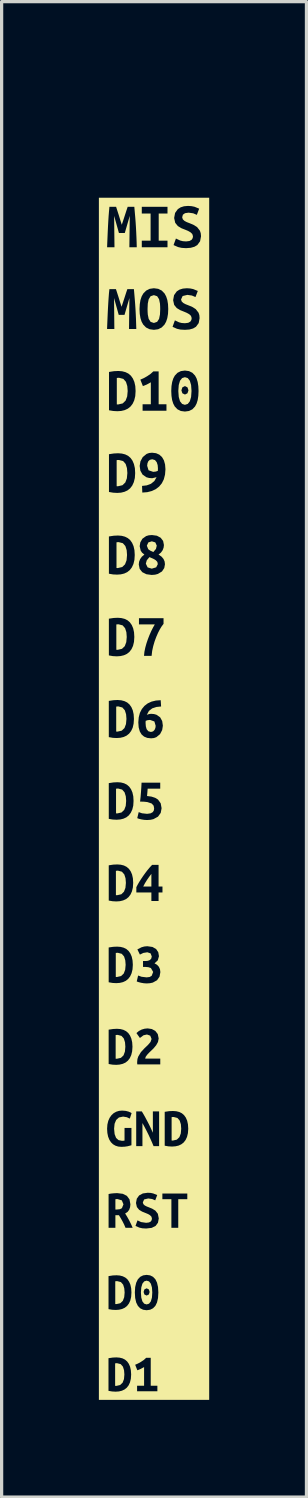
<source format=kicad_pcb>
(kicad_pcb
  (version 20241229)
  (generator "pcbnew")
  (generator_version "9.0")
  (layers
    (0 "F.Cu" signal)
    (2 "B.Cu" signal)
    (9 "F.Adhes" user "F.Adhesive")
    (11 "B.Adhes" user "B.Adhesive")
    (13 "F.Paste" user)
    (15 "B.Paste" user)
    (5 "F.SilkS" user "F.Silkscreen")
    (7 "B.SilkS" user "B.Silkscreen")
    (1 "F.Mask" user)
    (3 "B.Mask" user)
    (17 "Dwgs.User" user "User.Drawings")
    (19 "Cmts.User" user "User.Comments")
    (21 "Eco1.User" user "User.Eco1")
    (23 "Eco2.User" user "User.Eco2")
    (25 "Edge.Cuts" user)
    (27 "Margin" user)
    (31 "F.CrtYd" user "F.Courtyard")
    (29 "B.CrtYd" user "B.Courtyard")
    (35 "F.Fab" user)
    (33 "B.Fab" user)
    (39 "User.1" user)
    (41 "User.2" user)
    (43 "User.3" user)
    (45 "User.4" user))
  (footprint "kibuzzard-6461377A"
    (layer "F.Cu")
    (at 1.701 21.587)
    (property "Reference" "kibuzzard-6461377A" (at 0 -21.586 0) (layer "F.SilkS") (effects (font (size 0.001 0.001) (thickness 0.15))))
    (attr board_only exclude_from_pos_files exclude_from_bom)
    (fp_poly (pts (xy -0.082 2.315) (xy -0.148 2.403) (xy -0.216 2.501) (xy -0.28 2.604) (xy -0.334 2.707) (xy -0.082 2.707) (xy -0.082 2.315)) (stroke (width 0) (type solid)) (fill yes) (layer "F.SilkS"))
    (fp_poly (pts (xy -0.943 12.508) (xy -0.994 12.385) (xy -1.129 12.345) (xy -1.158 12.346) (xy -1.192 12.351) (xy -1.192 12.668) (xy -1.146 12.668) (xy -1.053 12.658) (xy -0.991 12.627) (xy -0.943 12.508)) (stroke (width 0) (type solid)) (fill yes) (layer "F.SilkS"))
    (fp_poly (pts (xy -0.068 -7.941) (xy -0.176 -7.907) (xy -0.222 -7.806) (xy -0.178 -7.697) (xy -0.118 -7.655) (xy -0.024 -7.61) (xy 0.059 -7.706) (xy 0.084 -7.808) (xy 0.039 -7.908) (xy -0.068 -7.941)) (stroke (width 0) (type solid)) (fill yes) (layer "F.SilkS"))
    (fp_poly (pts (xy 0.116 -7.237) (xy 0.102 -7.304) (xy 0.056 -7.356) (xy -0.024 -7.404) (xy -0.142 -7.454) (xy -0.224 -7.356) (xy -0.253 -7.252) (xy -0.198 -7.137) (xy -0.07 -7.098) (xy 0.066 -7.139) (xy 0.116 -7.237)) (stroke (width 0) (type solid)) (fill yes) (layer "F.SilkS"))
    (fp_poly (pts (xy -1.2 18.106) (xy -1.181 18.108) (xy -1.163 18.108) (xy -1.046 18.081) (xy -0.969 18.008) (xy -0.927 17.897) (xy -0.915 17.756) (xy -0.925 17.626) (xy -0.96 17.514) (xy -1.028 17.437) (xy -1.14 17.408) (xy -1.17 17.409) (xy -1.2 17.413) (xy -1.2 18.106)) (stroke (width 0) (type solid)) (fill yes) (layer "F.SilkS"))
    (fp_poly (pts (xy -1.196 15.584) (xy -1.177 15.585) (xy -1.159 15.585) (xy -1.04 15.558) (xy -0.962 15.484) (xy -0.92 15.372) (xy -0.907 15.229) (xy -0.918 15.098) (xy -0.953 14.985) (xy -1.022 14.906) (xy -1.135 14.877) (xy -1.166 14.878) (xy -1.196 14.882) (xy -1.196 15.584)) (stroke (width 0) (type solid)) (fill yes) (layer "F.SilkS"))
    (fp_poly (pts (xy -1.184 8.017) (xy -1.165 8.018) (xy -1.146 8.018) (xy -1.022 7.99) (xy -0.941 7.913) (xy -0.898 7.797) (xy -0.885 7.648) (xy -0.895 7.512) (xy -0.932 7.394) (xy -1.004 7.313) (xy -1.121 7.282) (xy -1.153 7.283) (xy -1.184 7.287) (xy -1.184 8.017)) (stroke (width 0) (type solid)) (fill yes) (layer "F.SilkS"))
    (fp_poly (pts (xy -1.18 5.494) (xy -1.161 5.496) (xy -1.141 5.496) (xy -1.016 5.467) (xy -0.934 5.389) (xy -0.89 5.271) (xy -0.876 5.121) (xy -0.887 4.983) (xy -0.924 4.864) (xy -0.997 4.781) (xy -1.116 4.75) (xy -1.148 4.751) (xy -1.18 4.755) (xy -1.18 5.494)) (stroke (width 0) (type solid)) (fill yes) (layer "F.SilkS"))
    (fp_poly (pts (xy -1.176 2.972) (xy -1.156 2.973) (xy -1.136 2.973) (xy -1.009 2.945) (xy -0.927 2.865) (xy -0.882 2.746) (xy -0.868 2.594) (xy -0.879 2.453) (xy -0.917 2.333) (xy -0.991 2.249) (xy -1.111 2.217) (xy -1.144 2.218) (xy -1.176 2.223) (xy -1.176 2.972)) (stroke (width 0) (type solid)) (fill yes) (layer "F.SilkS"))
    (fp_poly (pts (xy -1.172 0.449) (xy -1.152 0.451) (xy -1.132 0.451) (xy -1.003 0.422) (xy -0.919 0.341) (xy -0.873 0.22) (xy -0.86 0.066) (xy -0.871 -0.076) (xy -0.909 -0.199) (xy -0.984 -0.284) (xy -1.106 -0.316) (xy -1.139 -0.315) (xy -1.172 -0.31) (xy -1.172 0.449)) (stroke (width 0) (type solid)) (fill yes) (layer "F.SilkS"))
    (fp_poly (pts (xy -1.167 -2.074) (xy -1.147 -2.072) (xy -1.127 -2.072) (xy -0.996 -2.101) (xy -0.911 -2.183) (xy -0.865 -2.306) (xy -0.851 -2.462) (xy -0.862 -2.606) (xy -0.901 -2.73) (xy -0.977 -2.816) (xy -1.101 -2.849) (xy -1.134 -2.848) (xy -1.167 -2.843) (xy -1.167 -2.074)) (stroke (width 0) (type solid)) (fill yes) (layer "F.SilkS"))
    (fp_poly (pts (xy -1.163 -4.596) (xy -1.142 -4.595) (xy -1.121 -4.595) (xy -0.989 -4.625) (xy -0.903 -4.707) (xy -0.856 -4.832) (xy -0.842 -4.99) (xy -0.853 -5.137) (xy -0.893 -5.262) (xy -0.969 -5.349) (xy -1.095 -5.382) (xy -1.129 -5.381) (xy -1.163 -5.377) (xy -1.163 -4.596)) (stroke (width 0) (type solid)) (fill yes) (layer "F.SilkS"))
    (fp_poly (pts (xy -1.158 -7.119) (xy -1.137 -7.117) (xy -1.116 -7.117) (xy -0.982 -7.148) (xy -0.895 -7.231) (xy -0.847 -7.358) (xy -0.833 -7.519) (xy -0.844 -7.667) (xy -0.884 -7.794) (xy -0.962 -7.883) (xy -1.089 -7.916) (xy -1.124 -7.915) (xy -1.158 -7.91) (xy -1.158 -7.119)) (stroke (width 0) (type solid)) (fill yes) (layer "F.SilkS"))
    (fp_poly (pts (xy -1.153 -9.642) (xy -1.132 -9.64) (xy -1.111 -9.64) (xy -0.975 -9.671) (xy -0.886 -9.756) (xy -0.838 -9.884) (xy -0.823 -10.047) (xy -0.835 -10.198) (xy -0.875 -10.327) (xy -0.954 -10.417) (xy -1.084 -10.45) (xy -1.118 -10.45) (xy -1.153 -10.445) (xy -1.153 -9.642)) (stroke (width 0) (type solid)) (fill yes) (layer "F.SilkS"))
    (fp_poly (pts (xy -1.148 -12.165) (xy -1.127 -12.163) (xy -1.105 -12.163) (xy -0.967 -12.194) (xy -0.877 -12.281) (xy -0.828 -12.411) (xy -0.813 -12.576) (xy -0.825 -12.729) (xy -0.866 -12.86) (xy -0.947 -12.951) (xy -1.078 -12.985) (xy -1.113 -12.984) (xy -1.148 -12.979) (xy -1.148 -12.165)) (stroke (width 0) (type solid)) (fill yes) (layer "F.SilkS"))
    (fp_poly (pts (xy 0.542 10.539) (xy 0.561 10.541) (xy 0.58 10.541) (xy 0.702 10.513) (xy 0.782 10.437) (xy 0.825 10.322) (xy 0.838 10.176) (xy 0.828 10.041) (xy 0.791 9.925) (xy 0.721 9.844) (xy 0.605 9.814) (xy 0.573 9.815) (xy 0.542 9.819) (xy 0.542 10.539)) (stroke (width 0) (type solid)) (fill yes) (layer "F.SilkS"))
    (fp_poly (pts (xy -0.124 -2.433) (xy -0.196 -2.425) (xy -0.257 -2.405) (xy -0.26 -2.371) (xy -0.261 -2.336) (xy -0.253 -2.234) (xy -0.228 -2.146) (xy -0.177 -2.084) (xy -0.096 -2.061) (xy -0.03 -2.079) (xy 0.016 -2.125) (xy 0.042 -2.187) (xy 0.05 -2.251) (xy 0.011 -2.385) (xy -0.124 -2.433)) (stroke (width 0) (type solid)) (fill yes) (layer "F.SilkS"))
    (fp_poly (pts (xy -0.026 -10.084) (xy 0.051 -10.092) (xy 0.116 -10.113) (xy 0.119 -10.15) (xy 0.12 -10.194) (xy 0.112 -10.291) (xy 0.083 -10.381) (xy 0.029 -10.447) (xy -0.055 -10.472) (xy -0.128 -10.455) (xy -0.176 -10.412) (xy -0.203 -10.348) (xy -0.212 -10.271) (xy -0.169 -10.132) (xy -0.026 -10.084)) (stroke (width 0) (type solid)) (fill yes) (layer "F.SilkS"))
    (fp_poly (pts (xy -0.2 -15.105) (xy -0.198 -15.019) (xy -0.193 -14.937) (xy -0.165 -14.801) (xy -0.106 -14.71) (xy -0.005 -14.676) (xy 0.095 -14.71) (xy 0.155 -14.802) (xy 0.183 -14.938) (xy 0.19 -15.105) (xy 0.188 -15.192) (xy 0.183 -15.273) (xy 0.155 -15.409) (xy 0.096 -15.501) (xy -0.005 -15.534) (xy -0.106 -15.501) (xy -0.165 -15.408) (xy -0.193 -15.272) (xy -0.2 -15.105)) (stroke (width 0) (type solid)) (fill yes) (layer "F.SilkS"))
    (fp_poly (pts (xy -0.054 15.228) (xy -0.065 15.07) (xy -0.099 14.955) (xy -0.154 14.885) (xy -0.229 14.862) (xy -0.304 14.885) (xy -0.359 14.955) (xy -0.393 15.07) (xy -0.405 15.228) (xy -0.393 15.386) (xy -0.359 15.502) (xy -0.304 15.572) (xy -0.229 15.595) (xy -0.228 15.595) (xy -0.228 15.322) (xy -0.297 15.289) (xy -0.322 15.211) (xy -0.297 15.132) (xy -0.228 15.098) (xy -0.161 15.132) (xy -0.135 15.211) (xy -0.161 15.289) (xy -0.228 15.322) (xy -0.228 15.595) (xy -0.154 15.572) (xy -0.099 15.502) (xy -0.065 15.386) (xy -0.054 15.228)) (stroke (width 0) (type solid)) (fill yes) (layer "F.SilkS"))
    (fp_poly (pts (xy 1.156 -12.578) (xy 1.143 -12.761) (xy 1.104 -12.894) (xy 1.04 -12.976) (xy 0.952 -13.003) (xy 0.866 -12.976) (xy 0.801 -12.894) (xy 0.762 -12.761) (xy 0.749 -12.578) (xy 0.762 -12.394) (xy 0.801 -12.26) (xy 0.866 -12.179) (xy 0.952 -12.151) (xy 0.954 -12.152) (xy 0.954 -12.468) (xy 0.874 -12.507) (xy 0.844 -12.598) (xy 0.874 -12.69) (xy 0.954 -12.729) (xy 1.031 -12.69) (xy 1.062 -12.598) (xy 1.031 -12.507) (xy 0.954 -12.468) (xy 0.954 -12.152) (xy 1.04 -12.179) (xy 1.104 -12.26) (xy 1.143 -12.394) (xy 1.156 -12.578)) (stroke (width 0) (type solid)) (fill yes) (layer "F.SilkS"))
    (fp_poly (pts (xy -1.449 -18.538) (xy -1.701 -18.538) (xy -1.701 18.538) (xy -1.449 18.538) (xy -1.185 18.538) (xy -1.185 18.286) (xy -1.292 18.28) (xy -1.405 18.261) (xy -1.405 17.254) (xy -1.273 17.234) (xy -1.181 17.23) (xy -1.181 15.766) (xy -1.29 15.76) (xy -1.404 15.741) (xy -1.404 14.722) (xy -1.27 14.701) (xy -1.154 14.696) (xy -1.055 14.704) (xy -0.966 14.727) (xy -0.887 14.766) (xy -0.821 14.822) (xy -0.769 14.896) (xy -0.729 14.987) (xy -0.705 15.098) (xy -0.697 15.229) (xy -0.706 15.364) (xy -0.733 15.477) (xy -0.776 15.569) (xy -0.833 15.643) (xy -0.903 15.698) (xy -0.986 15.736) (xy -1.079 15.758) (xy -1.181 15.766) (xy -1.181 17.23) (xy -1.158 17.229) (xy -1.061 17.237) (xy -0.972 17.259) (xy -0.895 17.298) (xy -0.83 17.354) (xy -0.778 17.427) (xy -0.739 17.517) (xy -0.715 17.626) (xy -0.706 17.756) (xy -0.715 17.889) (xy -0.742 18) (xy -0.785 18.092) (xy -0.841 18.164) (xy -0.911 18.219) (xy -0.992 18.257) (xy -1.084 18.279) (xy -1.185 18.286) (xy -1.185 18.538) (xy -0.659 18.538) (xy -0.659 13.232) (xy -0.88 13.232) (xy -0.922 13.132) (xy -0.971 13.035) (xy -1.025 12.939) (xy -1.083 12.843) (xy -1.192 12.843) (xy -1.192 13.232) (xy -1.402 13.232) (xy -1.402 12.19) (xy -1.335 12.177) (xy -1.261 12.169) (xy -1.189 12.164) (xy -1.129 12.163) (xy -1.01 12.178) (xy -1.01 10.735) (xy -1.105 10.726) (xy -1.191 10.699) (xy -1.266 10.655) (xy -1.328 10.594) (xy -1.379 10.515) (xy -1.417 10.419) (xy -1.44 10.306) (xy -1.448 10.176) (xy -1.439 10.047) (xy -1.412 9.934) (xy -1.369 9.838) (xy -1.313 9.759) (xy -1.245 9.696) (xy -1.169 9.654) (xy -1.169 8.206) (xy -1.282 8.2) (xy -1.4 8.18) (xy -1.4 7.121) (xy -1.261 7.1) (xy -1.164 7.095) (xy -1.164 5.686) (xy -1.279 5.68) (xy -1.399 5.659) (xy -1.399 4.586) (xy -1.258 4.565) (xy -1.16 4.561) (xy -1.16 3.166) (xy -1.276 3.16) (xy -1.397 3.139) (xy -1.397 2.052) (xy -1.255 2.03) (xy -1.155 2.026) (xy -1.155 0.646) (xy -1.273 0.64) (xy -1.396 0.619) (xy -1.396 -0.483) (xy -1.252 -0.505) (xy -1.151 -0.51) (xy -1.151 -1.874) (xy -1.27 -1.88) (xy -1.395 -1.902) (xy -1.395 -3.019) (xy -1.249 -3.041) (xy -1.146 -3.046) (xy -1.146 -4.394) (xy -1.267 -4.4) (xy -1.393 -4.422) (xy -1.393 -5.555) (xy -1.245 -5.577) (xy -1.141 -5.582) (xy -1.141 -6.914) (xy -1.264 -6.92) (xy -1.392 -6.942) (xy -1.392 -8.091) (xy -1.242 -8.114) (xy -1.136 -8.119) (xy -1.136 -9.434) (xy -1.26 -9.441) (xy -1.39 -9.463) (xy -1.39 -10.628) (xy -1.238 -10.651) (xy -1.131 -10.656) (xy -1.131 -11.954) (xy -1.257 -11.961) (xy -1.389 -11.983) (xy -1.389 -13.165) (xy -1.234 -13.189) (xy -1.099 -13.195) (xy -0.985 -13.186) (xy -0.881 -13.159) (xy -0.79 -13.114) (xy -0.714 -13.049) (xy -0.653 -12.963) (xy -0.607 -12.857) (xy -0.578 -12.729) (xy -0.569 -12.576) (xy -0.579 -12.42) (xy -0.611 -12.289) (xy -0.661 -12.182) (xy -0.727 -12.097) (xy -0.809 -12.032) (xy -0.904 -11.988) (xy -1.012 -11.962) (xy -1.131 -11.954) (xy -1.131 -10.656) (xy -1.105 -10.657) (xy -0.992 -10.648) (xy -0.89 -10.622) (xy -0.8 -10.578) (xy -0.725 -10.513) (xy -0.665 -10.429) (xy -0.62 -10.324) (xy -0.591 -10.198) (xy -0.582 -10.047) (xy -0.592 -9.894) (xy -0.624 -9.765) (xy -0.673 -9.659) (xy -0.738 -9.575) (xy -0.819 -9.511) (xy -0.913 -9.468) (xy -1.019 -9.442) (xy -1.136 -9.434) (xy -1.136 -8.119) (xy -1.11 -8.12) (xy -0.999 -8.111) (xy -0.898 -8.085) (xy -0.81 -8.041) (xy -0.736 -7.978) (xy -0.677 -7.895) (xy -0.632 -7.792) (xy -0.604 -7.667) (xy -0.595 -7.519) (xy -0.605 -7.367) (xy -0.636 -7.24) (xy -0.685 -7.136) (xy -0.749 -7.053) (xy -0.828 -6.99) (xy -0.921 -6.947) (xy -1.026 -6.922) (xy -1.141 -6.914) (xy -1.141 -5.582) (xy -1.116 -5.583) (xy -1.006 -5.574) (xy -0.907 -5.549) (xy -0.819 -5.506) (xy -0.746 -5.443) (xy -0.688 -5.361) (xy -0.644 -5.259) (xy -0.617 -5.136) (xy -0.608 -4.99) (xy -0.618 -4.841) (xy -0.648 -4.716) (xy -0.696 -4.613) (xy -0.759 -4.531) (xy -0.837 -4.469) (xy -0.929 -4.427) (xy -1.033 -4.402) (xy -1.146 -4.394) (xy -1.146 -3.046) (xy -1.121 -3.047) (xy -1.013 -3.038) (xy -0.915 -3.013) (xy -0.829 -2.971) (xy -0.757 -2.909) (xy -0.699 -2.828) (xy -0.656 -2.728) (xy -0.629 -2.606) (xy -0.62 -2.462) (xy -0.63 -2.315) (xy -0.659 -2.191) (xy -0.707 -2.09) (xy -0.77 -2.009) (xy -0.847 -1.948) (xy -0.937 -1.906) (xy -1.039 -1.882) (xy -1.151 -1.874) (xy -1.151 -0.51) (xy -1.126 -0.511) (xy -1.02 -0.503) (xy -0.923 -0.478) (xy -0.838 -0.436) (xy -0.767 -0.375) (xy -0.71 -0.295) (xy -0.667 -0.196) (xy -0.64 -0.076) (xy -0.632 0.066) (xy -0.641 0.211) (xy -0.671 0.333) (xy -0.718 0.433) (xy -0.779 0.513) (xy -0.855 0.573) (xy -0.945 0.614) (xy -1.045 0.638) (xy -1.155 0.646) (xy -1.155 2.026) (xy -1.131 2.025) (xy -1.026 2.033) (xy -0.93 2.057) (xy -0.846 2.099) (xy -0.776 2.159) (xy -0.72 2.238) (xy -0.678 2.335) (xy -0.652 2.453) (xy -0.643 2.594) (xy -0.653 2.737) (xy -0.682 2.857) (xy -0.728 2.956) (xy -0.789 3.035) (xy -0.864 3.094) (xy -0.952 3.134) (xy -1.051 3.158) (xy -1.16 3.166) (xy -1.16 4.561) (xy -1.136 4.56) (xy -1.032 4.568) (xy -0.938 4.592) (xy -0.855 4.633) (xy -0.786 4.692) (xy -0.731 4.77) (xy -0.689 4.866) (xy -0.663 4.983) (xy -0.654 5.121) (xy -0.664 5.263) (xy -0.693 5.381) (xy -0.738 5.479) (xy -0.798 5.556) (xy -0.872 5.615) (xy -0.959 5.655) (xy -1.057 5.678) (xy -1.164 5.686) (xy -1.164 7.095) (xy -1.14 7.094) (xy -1.038 7.102) (xy -0.945 7.126) (xy -0.863 7.167) (xy -0.795 7.225) (xy -0.741 7.302) (xy -0.7 7.397) (xy -0.674 7.512) (xy -0.665 7.648) (xy -0.675 7.788) (xy -0.703 7.905) (xy -0.748 8.001) (xy -0.807 8.078) (xy -0.88 8.136) (xy -0.966 8.175) (xy -1.063 8.198) (xy -1.169 8.206) (xy -1.169 9.654) (xy -1.166 9.652) (xy -1.078 9.625) (xy -0.984 9.617) (xy -0.872 9.626) (xy -0.787 9.648) (xy -0.727 9.674) (xy -0.692 9.694) (xy -0.747 9.864) (xy -0.84 9.821) (xy -0.955 9.802) (xy -1.083 9.829) (xy -1.168 9.906) (xy -1.217 10.024) (xy -1.232 10.176) (xy -1.216 10.342) (xy -1.171 10.459) (xy -1.096 10.527) (xy -0.993 10.549) (xy -0.951 10.548) (xy -0.91 10.542) (xy -0.91 10.151) (xy -0.697 10.151) (xy -0.697 10.686) (xy -0.815 10.717) (xy -0.904 10.73) (xy -1.01 10.735) (xy -1.01 12.178) (xy -0.965 12.183) (xy -0.839 12.246) (xy -0.757 12.355) (xy -0.729 12.509) (xy -0.739 12.597) (xy -0.767 12.677) (xy -0.817 12.743) (xy -0.891 12.791) (xy -0.83 12.89) (xy -0.767 13.002) (xy -0.708 13.12) (xy -0.659 13.232) (xy -0.659 18.538) (xy 0.103 18.538) (xy 0.103 18.273) (xy -0.523 18.273) (xy -0.523 18.103) (xy -0.307 18.103) (xy -0.307 17.526) (xy -0.413 17.585) (xy -0.515 17.626) (xy -0.582 17.456) (xy -0.495 17.418) (xy -0.402 17.366) (xy -0.313 17.306) (xy -0.242 17.241) (xy -0.229 17.241) (xy -0.229 15.774) (xy -0.338 15.759) (xy -0.428 15.714) (xy -0.499 15.639) (xy -0.551 15.534) (xy -0.582 15.396) (xy -0.592 15.228) (xy -0.582 15.061) (xy -0.55 14.925) (xy -0.498 14.819) (xy -0.426 14.744) (xy -0.336 14.699) (xy -0.244 14.686) (xy -0.244 13.254) (xy -0.362 13.247) (xy -0.454 13.226) (xy -0.572 13.174) (xy -0.51 13.003) (xy -0.4 13.055) (xy -0.244 13.078) (xy -0.156 13.067) (xy -0.1 13.037) (xy -0.072 12.992) (xy -0.065 12.942) (xy -0.083 12.884) (xy -0.131 12.838) (xy -0.196 12.803) (xy -0.268 12.773) (xy -0.367 12.733) (xy -0.46 12.677) (xy -0.529 12.592) (xy -0.557 12.467) (xy -0.532 12.334) (xy -0.46 12.234) (xy -0.345 12.172) (xy -0.194 12.151) (xy -0.103 12.156) (xy -0.024 12.173) (xy -0.015 12.177) (xy -0.015 10.712) (xy -0.065 10.593) (xy -0.118 10.475) (xy -0.173 10.356) (xy -0.232 10.238) (xy -0.293 10.12) (xy -0.358 10.001) (xy -0.358 10.712) (xy -0.55 10.712) (xy -0.55 9.641) (xy -0.547 9.641) (xy -0.547 -14.489) (xy -0.772 -14.489) (xy -0.76 -15.445) (xy -0.911 -14.925) (xy -1.089 -14.925) (xy -1.234 -15.445) (xy -1.224 -14.489) (xy -1.449 -14.489) (xy -1.443 -14.643) (xy -1.436 -14.803) (xy -1.429 -14.966) (xy -1.421 -15.127) (xy -1.412 -15.286) (xy -1.402 -15.439) (xy -1.391 -15.584) (xy -1.377 -15.719) (xy -1.175 -15.719) (xy -1.14 -15.612) (xy -1.095 -15.471) (xy -1.048 -15.318) (xy -1.002 -15.175) (xy -0.952 -15.327) (xy -0.903 -15.478) (xy -0.859 -15.614) (xy -0.823 -15.719) (xy -0.621 -15.719) (xy -0.607 -15.56) (xy -0.594 -15.405) (xy -0.582 -15.253) (xy -0.572 -15.102) (xy -0.564 -14.952) (xy -0.557 -14.8) (xy -0.552 -14.647) (xy -0.547 -14.489) (xy -0.547 9.641) (xy -0.378 9.641) (xy -0.33 9.72) (xy -0.281 9.806) (xy -0.234 9.895) (xy -0.187 9.983) (xy -0.143 10.07) (xy -0.102 10.155) (xy -0.036 10.3) (xy -0.036 9.641) (xy 0.156 9.641) (xy 0.156 10.712) (xy -0.015 10.712) (xy -0.015 12.177) (xy 0.098 12.222) (xy 0.036 12.385) (xy -0.059 12.344) (xy -0.179 12.327) (xy -0.305 12.357) (xy -0.346 12.448) (xy -0.329 12.502) (xy -0.286 12.543) (xy -0.226 12.574) (xy -0.16 12.6) (xy -0.057 12.642) (xy 0.042 12.703) (xy 0.117 12.799) (xy 0.146 12.943) (xy 0.121 13.075) (xy 0.049 13.173) (xy -0.072 13.234) (xy -0.244 13.254) (xy -0.244 14.686) (xy -0.229 14.684) (xy -0.121 14.699) (xy -0.031 14.744) (xy 0.041 14.819) (xy 0.092 14.924) (xy 0.123 15.06) (xy 0.133 15.228) (xy 0.123 15.396) (xy 0.092 15.534) (xy 0.041 15.639) (xy -0.031 15.714) (xy -0.121 15.759) (xy -0.229 15.774) (xy -0.229 17.241) (xy -0.102 17.241) (xy -0.102 18.103) (xy 0.103 18.103) (xy 0.103 18.273) (xy 0.103 18.538) (xy 0.192 18.538) (xy 0.192 8.192) (xy -0.516 8.192) (xy -0.521 8.148) (xy -0.52 8.111) (xy -0.512 8.027) (xy -0.487 7.95) (xy -0.405 7.814) (xy -0.298 7.698) (xy -0.191 7.596) (xy -0.109 7.501) (xy -0.076 7.408) (xy -0.117 7.306) (xy -0.218 7.27) (xy -0.325 7.294) (xy -0.436 7.377) (xy -0.543 7.226) (xy -0.467 7.162) (xy -0.38 7.117) (xy -0.289 7.091) (xy -0.228 7.085) (xy -0.228 5.695) (xy -0.314 5.689) (xy -0.401 5.674) (xy -0.479 5.654) (xy -0.534 5.634) (xy -0.491 5.451) (xy -0.385 5.489) (xy -0.23 5.508) (xy -0.135 5.496) (xy -0.073 5.46) (xy -0.027 5.341) (xy -0.097 5.22) (xy -0.175 5.194) (xy -0.273 5.185) (xy -0.34 5.185) (xy -0.34 5.004) (xy -0.258 5.004) (xy -0.191 4.997) (xy -0.13 4.974) (xy -0.087 4.931) (xy -0.07 4.864) (xy -0.106 4.768) (xy -0.207 4.734) (xy -0.33 4.754) (xy -0.436 4.805) (xy -0.514 4.645) (xy -0.387 4.58) (xy -0.303 4.556) (xy -0.209 4.547) (xy -0.048 4.57) (xy 0.065 4.635) (xy 0.131 4.734) (xy 0.14 4.787) (xy 0.14 3.152) (xy -0.082 3.152) (xy -0.082 2.889) (xy -0.546 2.889) (xy -0.546 2.727) (xy -0.533 2.702) (xy -0.533 -17.01) (xy -0.761 -17.01) (xy -0.749 -17.979) (xy -0.902 -17.451) (xy -1.083 -17.451) (xy -1.231 -17.979) (xy -1.22 -17.01) (xy -1.448 -17.01) (xy -1.442 -17.166) (xy -1.435 -17.328) (xy -1.428 -17.493) (xy -1.42 -17.657) (xy -1.411 -17.818) (xy -1.401 -17.973) (xy -1.389 -18.121) (xy -1.376 -18.258) (xy -1.17 -18.258) (xy -1.135 -18.149) (xy -1.089 -18.006) (xy -1.041 -17.85) (xy -0.995 -17.705) (xy -0.944 -17.859) (xy -0.894 -18.013) (xy -0.849 -18.151) (xy -0.813 -18.258) (xy -0.608 -18.258) (xy -0.594 -18.096) (xy -0.58 -17.939) (xy -0.568 -17.785) (xy -0.558 -17.632) (xy -0.55 -17.479) (xy -0.543 -17.325) (xy -0.537 -17.169) (xy -0.533 -17.01) (xy -0.533 2.702) (xy -0.507 2.652) (xy -0.458 2.567) (xy -0.401 2.477) (xy -0.339 2.385) (xy -0.272 2.292) (xy -0.214 2.215) (xy -0.214 0.655) (xy -0.303 0.65) (xy -0.391 0.636) (xy -0.466 0.617) (xy -0.518 0.597) (xy -0.473 0.411) (xy -0.371 0.447) (xy -0.216 0.464) (xy -0.107 0.449) (xy -0.04 0.412) (xy -0.006 0.36) (xy 0.003 0.299) (xy -0.012 0.213) (xy -0.074 0.145) (xy -0.206 0.101) (xy -0.305 0.09) (xy -0.431 0.086) (xy -0.414 -0.066) (xy -0.402 -0.214) (xy -0.392 -0.359) (xy -0.385 -0.498) (xy -0.091 -0.498) (xy -0.091 -1.865) (xy -0.209 -1.878) (xy -0.307 -1.918) (xy -0.384 -1.984) (xy -0.44 -2.078) (xy -0.474 -2.203) (xy -0.485 -2.357) (xy -0.472 -2.513) (xy -0.436 -2.651) (xy -0.376 -2.768) (xy -0.309 -2.849) (xy -0.309 -4.409) (xy -0.297 -4.532) (xy -0.27 -4.663) (xy -0.233 -4.796) (xy -0.188 -4.928) (xy -0.138 -5.056) (xy -0.084 -5.177) (xy -0.029 -5.286) (xy 0.023 -5.378) (xy -0.465 -5.378) (xy -0.465 -5.57) (xy -0.074 -5.57) (xy -0.074 -6.904) (xy -0.236 -6.926) (xy -0.362 -6.989) (xy -0.443 -7.09) (xy -0.471 -7.224) (xy -0.461 -7.311) (xy -0.429 -7.392) (xy -0.376 -7.467) (xy -0.298 -7.532) (xy -0.369 -7.591) (xy -0.412 -7.654) (xy -0.443 -7.791) (xy -0.423 -7.91) (xy -0.362 -8.016) (xy -0.362 -9.445) (xy -0.37 -9.65) (xy -0.224 -9.667) (xy -0.094 -9.716) (xy 0.01 -9.8) (xy 0.078 -9.92) (xy -0.057 -9.887) (xy -0.154 -9.895) (xy -0.235 -9.917) (xy -0.354 -9.999) (xy -0.422 -10.12) (xy -0.443 -10.267) (xy -0.419 -10.409) (xy -0.348 -10.54) (xy -0.229 -10.637) (xy -0.151 -10.665) (xy -0.061 -10.674) (xy 0.062 -10.659) (xy 0.164 -10.614) (xy 0.246 -10.539) (xy 0.305 -10.437) (xy 0.34 -10.312) (xy 0.352 -10.163) (xy 0.339 -9.999) (xy 0.302 -9.855) (xy 0.241 -9.732) (xy 0.158 -9.631) (xy 0.055 -9.551) (xy -0.068 -9.493) (xy -0.208 -9.457) (xy -0.362 -9.445) (xy -0.362 -8.016) (xy -0.359 -8.021) (xy -0.243 -8.103) (xy -0.162 -8.127) (xy -0.064 -8.135) (xy 0.088 -8.114) (xy 0.205 -8.051) (xy 0.28 -7.953) (xy 0.305 -7.827) (xy 0.295 -7.746) (xy 0.265 -7.666) (xy 0.213 -7.594) (xy 0.139 -7.534) (xy 0.232 -7.468) (xy 0.292 -7.397) (xy 0.326 -7.319) (xy 0.337 -7.233) (xy 0.315 -7.117) (xy 0.245 -7.012) (xy 0.118 -6.935) (xy 0.031 -6.912) (xy -0.074 -6.904) (xy -0.074 -5.57) (xy 0.293 -5.57) (xy 0.293 -5.395) (xy 0.24 -5.326) (xy 0.182 -5.232) (xy 0.124 -5.12) (xy 0.069 -4.994) (xy 0.018 -4.856) (xy -0.025 -4.71) (xy -0.058 -4.559) (xy -0.075 -4.409) (xy -0.309 -4.409) (xy -0.309 -2.849) (xy -0.296 -2.865) (xy -0.196 -2.942) (xy -0.078 -2.997) (xy 0.057 -3.03) (xy 0.205 -3.041) (xy 0.218 -2.847) (xy 0.074 -2.832) (xy -0.056 -2.789) (xy -0.158 -2.71) (xy -0.222 -2.59) (xy -0.154 -2.613) (xy -0.094 -2.621) (xy -0.002 -2.614) (xy 0.075 -2.592) (xy 0.189 -2.512) (xy 0.252 -2.396) (xy 0.272 -2.255) (xy 0.251 -2.12) (xy 0.185 -1.994) (xy 0.072 -1.901) (xy -0.003 -1.874) (xy -0.091 -1.865) (xy -0.091 -0.498) (xy 0.191 -0.498) (xy 0.191 -0.312) (xy -0.197 -0.312) (xy -0.206 -0.19) (xy -0.216 -0.086) (xy -0.078 -0.067) (xy 0.035 -0.03) (xy 0.122 0.024) (xy 0.205 0.138) (xy 0.233 0.29) (xy 0.206 0.435) (xy 0.122 0.551) (xy -0.019 0.628) (xy -0.109 0.648) (xy -0.214 0.655) (xy -0.214 2.215) (xy -0.202 2.2) (xy -0.13 2.114) (xy -0.058 2.037) (xy 0.14 2.037) (xy 0.14 2.707) (xy 0.26 2.707) (xy 0.26 2.889) (xy 0.14 2.889) (xy 0.14 3.152) (xy 0.14 4.787) (xy 0.152 4.856) (xy 0.115 4.983) (xy 0.015 5.075) (xy 0.091 5.119) (xy 0.148 5.18) (xy 0.183 5.256) (xy 0.195 5.345) (xy 0.17 5.485) (xy 0.093 5.596) (xy -0.038 5.669) (xy -0.126 5.688) (xy -0.228 5.695) (xy -0.228 7.085) (xy -0.197 7.082) (xy -0.069 7.101) (xy 0.039 7.159) (xy 0.115 7.257) (xy 0.143 7.392) (xy 0.122 7.5) (xy 0.066 7.601) (xy -0.013 7.696) (xy -0.103 7.783) (xy -0.155 7.833) (xy -0.211 7.893) (xy -0.256 7.955) (xy -0.274 8.013) (xy 0.192 8.013) (xy 0.192 8.192) (xy 0.192 18.538) (xy 0.747 18.538) (xy 0.747 13.232) (xy 0.535 13.232) (xy 0.535 12.349) (xy 0.257 12.349) (xy 0.257 12.175) (xy 0.558 12.175) (xy 0.558 10.726) (xy 0.446 10.72) (xy 0.329 10.7) (xy 0.329 9.655) (xy 0.383 9.647) (xy 0.383 -11.969) (xy -0.353 -11.969) (xy -0.353 -12.169) (xy -0.099 -12.169) (xy -0.099 -12.846) (xy -0.224 -12.777) (xy -0.344 -12.729) (xy -0.422 -12.928) (xy -0.32 -12.973) (xy -0.211 -13.034) (xy -0.107 -13.105) (xy -0.023 -13.181) (xy -0.003 -13.181) (xy -0.003 -14.464) (xy -0.136 -14.482) (xy -0.246 -14.536) (xy -0.334 -14.626) (xy -0.384 -14.716) (xy -0.419 -14.826) (xy -0.441 -14.956) (xy -0.448 -15.105) (xy -0.44 -15.254) (xy -0.419 -15.384) (xy -0.382 -15.494) (xy -0.378 -15.502) (xy -0.378 -17.01) (xy -0.378 -17.215) (xy -0.106 -17.215) (xy -0.106 -18.052) (xy -0.378 -18.052) (xy -0.378 -18.258) (xy 0.415 -18.258) (xy 0.415 -18.052) (xy 0.144 -18.052) (xy 0.144 -17.215) (xy 0.415 -17.215) (xy 0.415 -17.01) (xy -0.378 -17.01) (xy -0.378 -15.502) (xy -0.331 -15.585) (xy -0.242 -15.675) (xy -0.134 -15.729) (xy -0.005 -15.747) (xy 0.128 -15.729) (xy 0.238 -15.675) (xy 0.325 -15.585) (xy 0.374 -15.494) (xy 0.41 -15.384) (xy 0.431 -15.254) (xy 0.438 -15.105) (xy 0.431 -14.956) (xy 0.409 -14.826) (xy 0.373 -14.716) (xy 0.323 -14.626) (xy 0.235 -14.536) (xy 0.127 -14.482) (xy -0.003 -14.464) (xy -0.003 -13.181) (xy 0.142 -13.181) (xy 0.142 -12.169) (xy 0.383 -12.169) (xy 0.383 -11.969) (xy 0.383 9.647) (xy 0.466 9.634) (xy 0.586 9.629) (xy 0.687 9.637) (xy 0.779 9.66) (xy 0.859 9.7) (xy 0.926 9.758) (xy 0.952 9.794) (xy 0.952 -11.944) (xy 0.826 -11.961) (xy 0.722 -12.013) (xy 0.639 -12.1) (xy 0.592 -12.189) (xy 0.558 -12.298) (xy 0.538 -12.428) (xy 0.531 -12.578) (xy 0.538 -12.727) (xy 0.559 -12.855) (xy 0.593 -12.963) (xy 0.641 -13.052) (xy 0.724 -13.139) (xy 0.828 -13.191) (xy 0.952 -13.208) (xy 0.953 -13.208) (xy 0.953 -14.464) (xy 0.815 -14.472) (xy 0.708 -14.496) (xy 0.571 -14.557) (xy 0.643 -14.756) (xy 0.771 -14.696) (xy 0.853 -14.675) (xy 0.953 -14.668) (xy 1.055 -14.681) (xy 1.119 -14.717) (xy 1.152 -14.769) (xy 1.161 -14.827) (xy 1.139 -14.895) (xy 1.084 -14.947) (xy 1.008 -14.989) (xy 0.925 -15.024) (xy 0.81 -15.07) (xy 0.701 -15.135) (xy 0.621 -15.233) (xy 0.589 -15.379) (xy 0.617 -15.533) (xy 0.701 -15.65) (xy 0.785 -15.704) (xy 0.888 -15.736) (xy 0.989 -15.745) (xy 0.989 -16.983) (xy 0.85 -16.992) (xy 0.741 -17.017) (xy 0.602 -17.078) (xy 0.675 -17.28) (xy 0.805 -17.219) (xy 0.889 -17.198) (xy 0.989 -17.191) (xy 1.093 -17.204) (xy 1.159 -17.241) (xy 1.192 -17.293) (xy 1.201 -17.352) (xy 1.179 -17.421) (xy 1.122 -17.474) (xy 1.046 -17.517) (xy 0.961 -17.552) (xy 0.844 -17.598) (xy 0.734 -17.665) (xy 0.653 -17.765) (xy 0.62 -17.913) (xy 0.649 -18.069) (xy 0.734 -18.187) (xy 0.82 -18.242) (xy 0.924 -18.275) (xy 1.048 -18.286) (xy 1.155 -18.279) (xy 1.248 -18.26) (xy 1.392 -18.201) (xy 1.32 -18.01) (xy 1.208 -18.058) (xy 1.066 -18.078) (xy 0.956 -18.062) (xy 0.89 -18.015) (xy 0.868 -17.935) (xy 0.888 -17.872) (xy 0.94 -17.823) (xy 1.01 -17.786) (xy 1.088 -17.756) (xy 1.21 -17.706) (xy 1.327 -17.634) (xy 1.415 -17.521) (xy 1.44 -17.444) (xy 1.449 -17.35) (xy 1.42 -17.195) (xy 1.335 -17.079) (xy 1.246 -17.026) (xy 1.131 -16.994) (xy 0.989 -16.983) (xy 0.989 -15.745) (xy 1.01 -15.747) (xy 1.116 -15.74) (xy 1.208 -15.721) (xy 1.35 -15.663) (xy 1.278 -15.475) (xy 1.168 -15.522) (xy 1.028 -15.542) (xy 0.882 -15.507) (xy 0.833 -15.401) (xy 0.853 -15.339) (xy 0.904 -15.291) (xy 0.973 -15.254) (xy 1.05 -15.224) (xy 1.17 -15.176) (xy 1.285 -15.104) (xy 1.372 -14.993) (xy 1.397 -14.918) (xy 1.405 -14.825) (xy 1.377 -14.672) (xy 1.293 -14.558) (xy 1.205 -14.506) (xy 1.092 -14.474) (xy 0.953 -14.464) (xy 0.953 -13.208) (xy 1.078 -13.191) (xy 1.183 -13.139) (xy 1.265 -13.053) (xy 1.312 -12.965) (xy 1.346 -12.856) (xy 1.366 -12.727) (xy 1.373 -12.578) (xy 1.366 -12.428) (xy 1.346 -12.298) (xy 1.312 -12.189) (xy 1.265 -12.1) (xy 1.183 -12.013) (xy 1.078 -11.961) (xy 0.952 -11.944) (xy 0.952 9.794) (xy 0.98 9.833) (xy 1.021 9.927) (xy 1.046 10.041) (xy 1.055 10.176) (xy 1.045 10.313) (xy 1.017 10.429) (xy 0.973 10.524) (xy 0.914 10.6) (xy 0.842 10.656) (xy 0.758 10.696) (xy 0.662 10.718) (xy 0.558 10.726) (xy 0.558 12.175) (xy 1.026 12.175) (xy 1.026 12.349) (xy 0.747 12.349) (xy 0.747 13.232) (xy 0.747 18.538) (xy 1.449 18.538) (xy 1.701 18.538) (xy 1.701 -18.538) (xy 1.449 -18.538) (xy -1.449 -18.538)) (stroke (width 0) (type solid)) (fill yes) (layer "F.SilkS")))
  (gr_rect
    (start -3 -3)
    (end 6.402 43.125)
    (stroke (width 0.1) (type default))
    (fill no)
    (layer "Edge.Cuts")))
</source>
